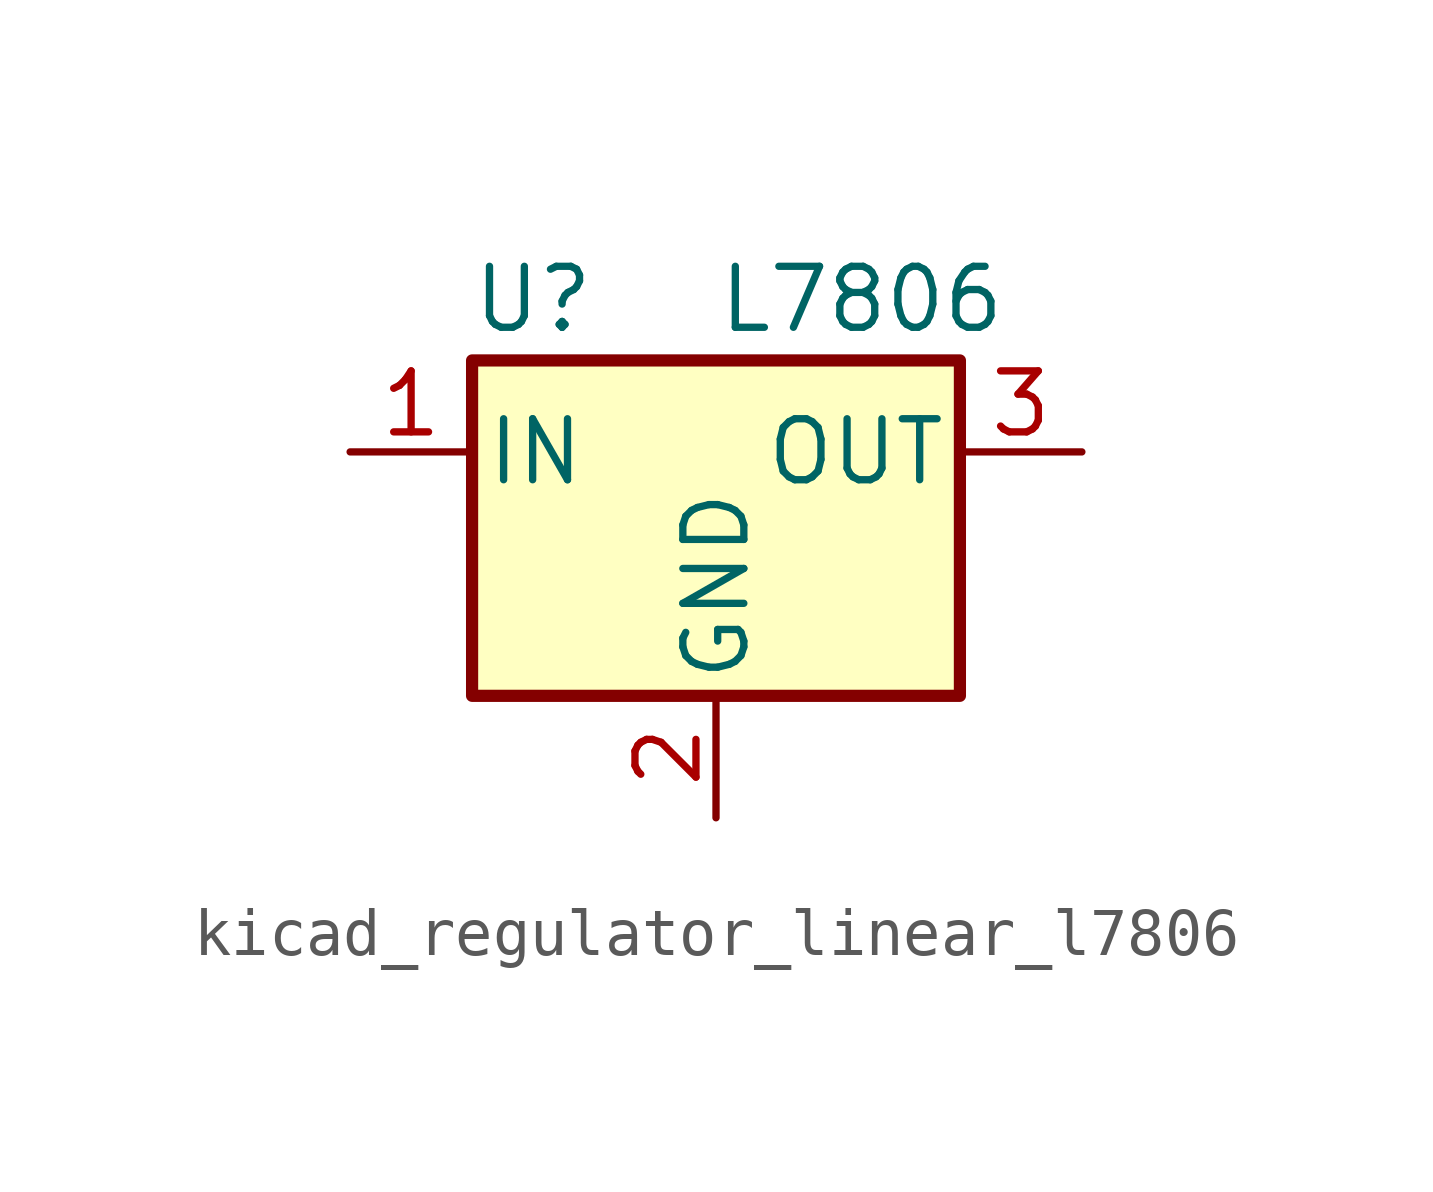
<source format=kicad_sym>
(kicad_symbol_lib
  (version 20220914)
  (generator kicad_symbol_editor)
  (symbol "kicad_regulator_linear_l7806"
    (pin_names
      (offset 0.254))
    (property "Reference" "U"
      (at -3.81 3.175 0)
      (effects (font (size 1.27 1.27))))
    (property "Value" "L7806"
      (at 0 3.175 0)
      (effects (font (size 1.27 1.27)) (justify left)))
    (symbol "kicad_regulator_linear_l7806_0_1"
      (rectangle (start -5.08 1.905) (end 5.08 -5.08) (stroke (width 0.254) (type default)) (fill (type background))))
    (symbol "kicad_regulator_linear_l7806_1_1"
      (pin power_in line (at -7.62 0 0) (length 2.54) (name "IN" (effects (font (size 1.27 1.27)))) (number "1" (effects (font (size 1.27 1.27)))))
      (pin power_in line (at 0 -7.62 90) (length 2.54) (name "GND" (effects (font (size 1.27 1.27)))) (number "2" (effects (font (size 1.27 1.27)))))
      (pin power_out line (at 7.62 0 180) (length 2.54) (name "OUT" (effects (font (size 1.27 1.27)))) (number "3" (effects (font (size 1.27 1.27))))))))
</source>
